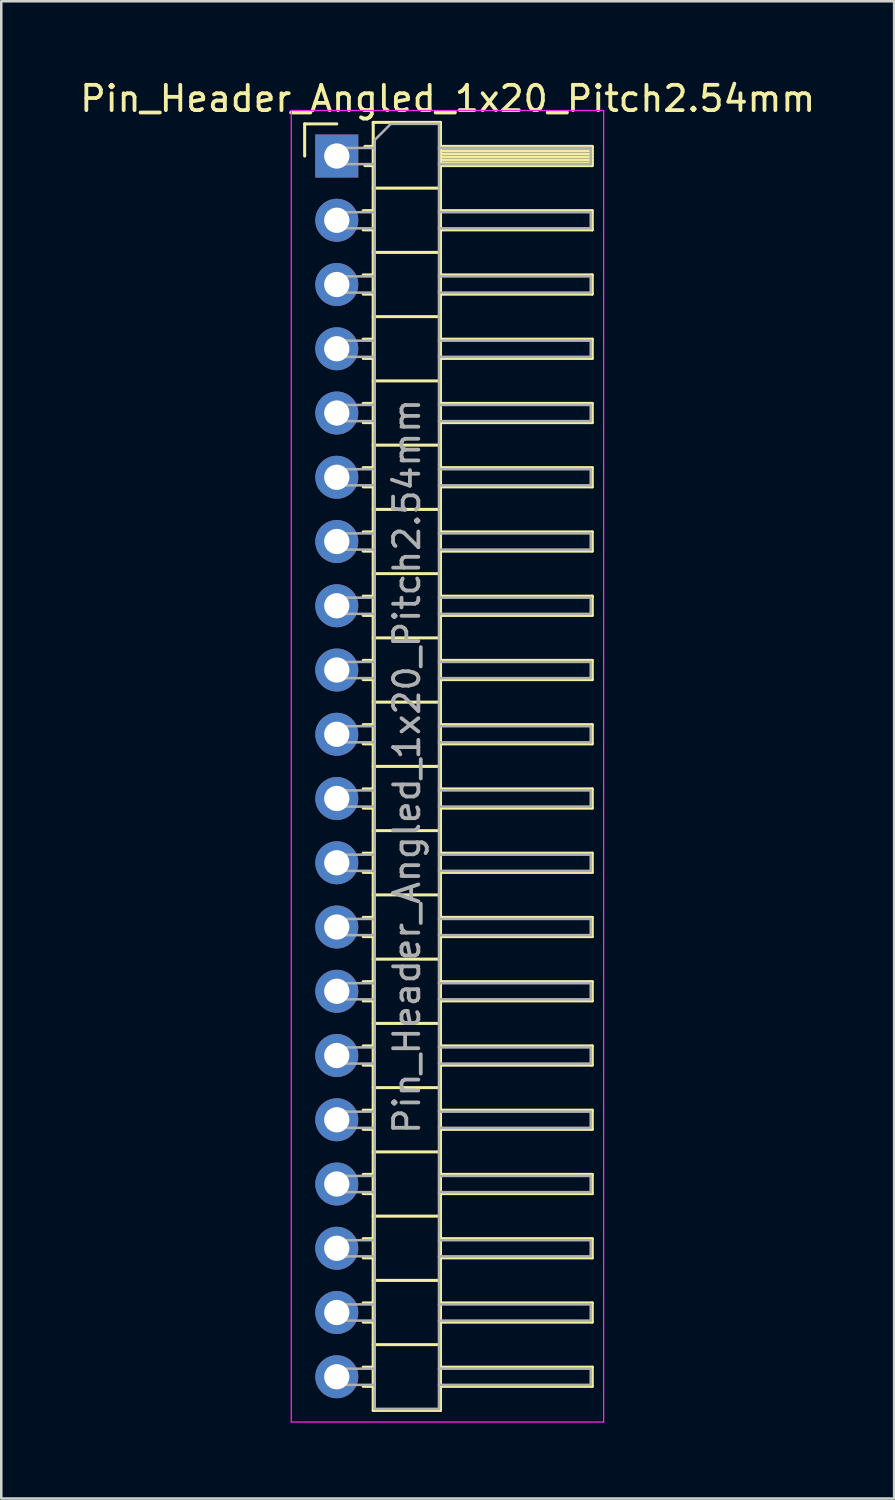
<source format=kicad_pcb>
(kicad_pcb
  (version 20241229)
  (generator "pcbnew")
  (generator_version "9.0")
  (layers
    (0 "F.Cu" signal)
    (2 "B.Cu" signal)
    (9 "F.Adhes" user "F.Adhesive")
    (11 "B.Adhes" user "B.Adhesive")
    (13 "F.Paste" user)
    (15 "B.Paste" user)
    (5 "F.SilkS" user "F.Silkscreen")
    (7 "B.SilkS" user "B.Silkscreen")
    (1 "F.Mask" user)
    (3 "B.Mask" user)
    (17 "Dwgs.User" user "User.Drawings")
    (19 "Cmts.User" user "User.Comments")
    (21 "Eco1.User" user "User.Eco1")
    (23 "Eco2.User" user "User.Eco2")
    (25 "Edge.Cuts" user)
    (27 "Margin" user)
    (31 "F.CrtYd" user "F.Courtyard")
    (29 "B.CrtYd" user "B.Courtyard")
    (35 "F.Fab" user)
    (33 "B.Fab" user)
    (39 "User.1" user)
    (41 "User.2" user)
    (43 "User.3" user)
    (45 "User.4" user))
  (footprint "Pin_Header_Angled_1x20_Pitch2.54mm"
    (layer "F.Cu")
    (at 10.264 3.118)
    (property "Reference" "Pin_Header_Angled_1x20_Pitch2.54mm" (at 4.385 -2.27 0) (layer "F.SilkS") (effects (font (size 1 1) (thickness 0.15))))
    (attr through_hole)
    (fp_line (start -1.27 -1.27) (end 0 -1.27) (stroke (width 0.12) (type solid)) (layer "F.SilkS"))
    (fp_line (start -1.27 0) (end -1.27 -1.27) (stroke (width 0.12) (type solid)) (layer "F.SilkS"))
    (fp_line (start 1.043 2.16) (end 1.44 2.16) (stroke (width 0.12) (type solid)) (layer "F.SilkS"))
    (fp_line (start 1.043 2.92) (end 1.44 2.92) (stroke (width 0.12) (type solid)) (layer "F.SilkS"))
    (fp_line (start 1.043 4.7) (end 1.44 4.7) (stroke (width 0.12) (type solid)) (layer "F.SilkS"))
    (fp_line (start 1.043 5.46) (end 1.44 5.46) (stroke (width 0.12) (type solid)) (layer "F.SilkS"))
    (fp_line (start 1.043 7.24) (end 1.44 7.24) (stroke (width 0.12) (type solid)) (layer "F.SilkS"))
    (fp_line (start 1.043 8) (end 1.44 8) (stroke (width 0.12) (type solid)) (layer "F.SilkS"))
    (fp_line (start 1.043 9.78) (end 1.44 9.78) (stroke (width 0.12) (type solid)) (layer "F.SilkS"))
    (fp_line (start 1.043 10.54) (end 1.44 10.54) (stroke (width 0.12) (type solid)) (layer "F.SilkS"))
    (fp_line (start 1.043 12.32) (end 1.44 12.32) (stroke (width 0.12) (type solid)) (layer "F.SilkS"))
    (fp_line (start 1.043 13.08) (end 1.44 13.08) (stroke (width 0.12) (type solid)) (layer "F.SilkS"))
    (fp_line (start 1.043 14.86) (end 1.44 14.86) (stroke (width 0.12) (type solid)) (layer "F.SilkS"))
    (fp_line (start 1.043 15.62) (end 1.44 15.62) (stroke (width 0.12) (type solid)) (layer "F.SilkS"))
    (fp_line (start 1.043 17.4) (end 1.44 17.4) (stroke (width 0.12) (type solid)) (layer "F.SilkS"))
    (fp_line (start 1.043 18.16) (end 1.44 18.16) (stroke (width 0.12) (type solid)) (layer "F.SilkS"))
    (fp_line (start 1.043 19.94) (end 1.44 19.94) (stroke (width 0.12) (type solid)) (layer "F.SilkS"))
    (fp_line (start 1.043 20.7) (end 1.44 20.7) (stroke (width 0.12) (type solid)) (layer "F.SilkS"))
    (fp_line (start 1.043 22.48) (end 1.44 22.48) (stroke (width 0.12) (type solid)) (layer "F.SilkS"))
    (fp_line (start 1.043 23.24) (end 1.44 23.24) (stroke (width 0.12) (type solid)) (layer "F.SilkS"))
    (fp_line (start 1.043 25.02) (end 1.44 25.02) (stroke (width 0.12) (type solid)) (layer "F.SilkS"))
    (fp_line (start 1.043 25.78) (end 1.44 25.78) (stroke (width 0.12) (type solid)) (layer "F.SilkS"))
    (fp_line (start 1.043 27.56) (end 1.44 27.56) (stroke (width 0.12) (type solid)) (layer "F.SilkS"))
    (fp_line (start 1.043 28.32) (end 1.44 28.32) (stroke (width 0.12) (type solid)) (layer "F.SilkS"))
    (fp_line (start 1.043 30.1) (end 1.44 30.1) (stroke (width 0.12) (type solid)) (layer "F.SilkS"))
    (fp_line (start 1.043 30.86) (end 1.44 30.86) (stroke (width 0.12) (type solid)) (layer "F.SilkS"))
    (fp_line (start 1.043 32.64) (end 1.44 32.64) (stroke (width 0.12) (type solid)) (layer "F.SilkS"))
    (fp_line (start 1.043 33.4) (end 1.44 33.4) (stroke (width 0.12) (type solid)) (layer "F.SilkS"))
    (fp_line (start 1.043 35.18) (end 1.44 35.18) (stroke (width 0.12) (type solid)) (layer "F.SilkS"))
    (fp_line (start 1.043 35.94) (end 1.44 35.94) (stroke (width 0.12) (type solid)) (layer "F.SilkS"))
    (fp_line (start 1.043 37.72) (end 1.44 37.72) (stroke (width 0.12) (type solid)) (layer "F.SilkS"))
    (fp_line (start 1.043 38.48) (end 1.44 38.48) (stroke (width 0.12) (type solid)) (layer "F.SilkS"))
    (fp_line (start 1.043 40.26) (end 1.44 40.26) (stroke (width 0.12) (type solid)) (layer "F.SilkS"))
    (fp_line (start 1.043 41.02) (end 1.44 41.02) (stroke (width 0.12) (type solid)) (layer "F.SilkS"))
    (fp_line (start 1.043 42.8) (end 1.44 42.8) (stroke (width 0.12) (type solid)) (layer "F.SilkS"))
    (fp_line (start 1.043 43.56) (end 1.44 43.56) (stroke (width 0.12) (type solid)) (layer "F.SilkS"))
    (fp_line (start 1.043 45.34) (end 1.44 45.34) (stroke (width 0.12) (type solid)) (layer "F.SilkS"))
    (fp_line (start 1.043 46.1) (end 1.44 46.1) (stroke (width 0.12) (type solid)) (layer "F.SilkS"))
    (fp_line (start 1.043 47.88) (end 1.44 47.88) (stroke (width 0.12) (type solid)) (layer "F.SilkS"))
    (fp_line (start 1.043 48.64) (end 1.44 48.64) (stroke (width 0.12) (type solid)) (layer "F.SilkS"))
    (fp_line (start 1.11 -0.38) (end 1.44 -0.38) (stroke (width 0.12) (type solid)) (layer "F.SilkS"))
    (fp_line (start 1.11 0.38) (end 1.44 0.38) (stroke (width 0.12) (type solid)) (layer "F.SilkS"))
    (fp_line (start 1.44 -1.33) (end 1.44 49.59) (stroke (width 0.12) (type solid)) (layer "F.SilkS"))
    (fp_line (start 1.44 1.27) (end 4.1 1.27) (stroke (width 0.12) (type solid)) (layer "F.SilkS"))
    (fp_line (start 1.44 3.81) (end 4.1 3.81) (stroke (width 0.12) (type solid)) (layer "F.SilkS"))
    (fp_line (start 1.44 6.35) (end 4.1 6.35) (stroke (width 0.12) (type solid)) (layer "F.SilkS"))
    (fp_line (start 1.44 8.89) (end 4.1 8.89) (stroke (width 0.12) (type solid)) (layer "F.SilkS"))
    (fp_line (start 1.44 11.43) (end 4.1 11.43) (stroke (width 0.12) (type solid)) (layer "F.SilkS"))
    (fp_line (start 1.44 13.97) (end 4.1 13.97) (stroke (width 0.12) (type solid)) (layer "F.SilkS"))
    (fp_line (start 1.44 16.51) (end 4.1 16.51) (stroke (width 0.12) (type solid)) (layer "F.SilkS"))
    (fp_line (start 1.44 19.05) (end 4.1 19.05) (stroke (width 0.12) (type solid)) (layer "F.SilkS"))
    (fp_line (start 1.44 21.59) (end 4.1 21.59) (stroke (width 0.12) (type solid)) (layer "F.SilkS"))
    (fp_line (start 1.44 24.13) (end 4.1 24.13) (stroke (width 0.12) (type solid)) (layer "F.SilkS"))
    (fp_line (start 1.44 26.67) (end 4.1 26.67) (stroke (width 0.12) (type solid)) (layer "F.SilkS"))
    (fp_line (start 1.44 29.21) (end 4.1 29.21) (stroke (width 0.12) (type solid)) (layer "F.SilkS"))
    (fp_line (start 1.44 31.75) (end 4.1 31.75) (stroke (width 0.12) (type solid)) (layer "F.SilkS"))
    (fp_line (start 1.44 34.29) (end 4.1 34.29) (stroke (width 0.12) (type solid)) (layer "F.SilkS"))
    (fp_line (start 1.44 36.83) (end 4.1 36.83) (stroke (width 0.12) (type solid)) (layer "F.SilkS"))
    (fp_line (start 1.44 39.37) (end 4.1 39.37) (stroke (width 0.12) (type solid)) (layer "F.SilkS"))
    (fp_line (start 1.44 41.91) (end 4.1 41.91) (stroke (width 0.12) (type solid)) (layer "F.SilkS"))
    (fp_line (start 1.44 44.45) (end 4.1 44.45) (stroke (width 0.12) (type solid)) (layer "F.SilkS"))
    (fp_line (start 1.44 46.99) (end 4.1 46.99) (stroke (width 0.12) (type solid)) (layer "F.SilkS"))
    (fp_line (start 1.44 49.59) (end 4.1 49.59) (stroke (width 0.12) (type solid)) (layer "F.SilkS"))
    (fp_line (start 4.1 -1.33) (end 1.44 -1.33) (stroke (width 0.12) (type solid)) (layer "F.SilkS"))
    (fp_line (start 4.1 -0.38) (end 10.1 -0.38) (stroke (width 0.12) (type solid)) (layer "F.SilkS"))
    (fp_line (start 4.1 -0.32) (end 10.1 -0.32) (stroke (width 0.12) (type solid)) (layer "F.SilkS"))
    (fp_line (start 4.1 -0.2) (end 10.1 -0.2) (stroke (width 0.12) (type solid)) (layer "F.SilkS"))
    (fp_line (start 4.1 -0.08) (end 10.1 -0.08) (stroke (width 0.12) (type solid)) (layer "F.SilkS"))
    (fp_line (start 4.1 0.04) (end 10.1 0.04) (stroke (width 0.12) (type solid)) (layer "F.SilkS"))
    (fp_line (start 4.1 0.16) (end 10.1 0.16) (stroke (width 0.12) (type solid)) (layer "F.SilkS"))
    (fp_line (start 4.1 0.28) (end 10.1 0.28) (stroke (width 0.12) (type solid)) (layer "F.SilkS"))
    (fp_line (start 4.1 2.16) (end 10.1 2.16) (stroke (width 0.12) (type solid)) (layer "F.SilkS"))
    (fp_line (start 4.1 4.7) (end 10.1 4.7) (stroke (width 0.12) (type solid)) (layer "F.SilkS"))
    (fp_line (start 4.1 7.24) (end 10.1 7.24) (stroke (width 0.12) (type solid)) (layer "F.SilkS"))
    (fp_line (start 4.1 9.78) (end 10.1 9.78) (stroke (width 0.12) (type solid)) (layer "F.SilkS"))
    (fp_line (start 4.1 12.32) (end 10.1 12.32) (stroke (width 0.12) (type solid)) (layer "F.SilkS"))
    (fp_line (start 4.1 14.86) (end 10.1 14.86) (stroke (width 0.12) (type solid)) (layer "F.SilkS"))
    (fp_line (start 4.1 17.4) (end 10.1 17.4) (stroke (width 0.12) (type solid)) (layer "F.SilkS"))
    (fp_line (start 4.1 19.94) (end 10.1 19.94) (stroke (width 0.12) (type solid)) (layer "F.SilkS"))
    (fp_line (start 4.1 22.48) (end 10.1 22.48) (stroke (width 0.12) (type solid)) (layer "F.SilkS"))
    (fp_line (start 4.1 25.02) (end 10.1 25.02) (stroke (width 0.12) (type solid)) (layer "F.SilkS"))
    (fp_line (start 4.1 27.56) (end 10.1 27.56) (stroke (width 0.12) (type solid)) (layer "F.SilkS"))
    (fp_line (start 4.1 30.1) (end 10.1 30.1) (stroke (width 0.12) (type solid)) (layer "F.SilkS"))
    (fp_line (start 4.1 32.64) (end 10.1 32.64) (stroke (width 0.12) (type solid)) (layer "F.SilkS"))
    (fp_line (start 4.1 35.18) (end 10.1 35.18) (stroke (width 0.12) (type solid)) (layer "F.SilkS"))
    (fp_line (start 4.1 37.72) (end 10.1 37.72) (stroke (width 0.12) (type solid)) (layer "F.SilkS"))
    (fp_line (start 4.1 40.26) (end 10.1 40.26) (stroke (width 0.12) (type solid)) (layer "F.SilkS"))
    (fp_line (start 4.1 42.8) (end 10.1 42.8) (stroke (width 0.12) (type solid)) (layer "F.SilkS"))
    (fp_line (start 4.1 45.34) (end 10.1 45.34) (stroke (width 0.12) (type solid)) (layer "F.SilkS"))
    (fp_line (start 4.1 47.88) (end 10.1 47.88) (stroke (width 0.12) (type solid)) (layer "F.SilkS"))
    (fp_line (start 4.1 49.59) (end 4.1 -1.33) (stroke (width 0.12) (type solid)) (layer "F.SilkS"))
    (fp_line (start 10.1 -0.38) (end 10.1 0.38) (stroke (width 0.12) (type solid)) (layer "F.SilkS"))
    (fp_line (start 10.1 0.38) (end 4.1 0.38) (stroke (width 0.12) (type solid)) (layer "F.SilkS"))
    (fp_line (start 10.1 2.16) (end 10.1 2.92) (stroke (width 0.12) (type solid)) (layer "F.SilkS"))
    (fp_line (start 10.1 2.92) (end 4.1 2.92) (stroke (width 0.12) (type solid)) (layer "F.SilkS"))
    (fp_line (start 10.1 4.7) (end 10.1 5.46) (stroke (width 0.12) (type solid)) (layer "F.SilkS"))
    (fp_line (start 10.1 5.46) (end 4.1 5.46) (stroke (width 0.12) (type solid)) (layer "F.SilkS"))
    (fp_line (start 10.1 7.24) (end 10.1 8) (stroke (width 0.12) (type solid)) (layer "F.SilkS"))
    (fp_line (start 10.1 8) (end 4.1 8) (stroke (width 0.12) (type solid)) (layer "F.SilkS"))
    (fp_line (start 10.1 9.78) (end 10.1 10.54) (stroke (width 0.12) (type solid)) (layer "F.SilkS"))
    (fp_line (start 10.1 10.54) (end 4.1 10.54) (stroke (width 0.12) (type solid)) (layer "F.SilkS"))
    (fp_line (start 10.1 12.32) (end 10.1 13.08) (stroke (width 0.12) (type solid)) (layer "F.SilkS"))
    (fp_line (start 10.1 13.08) (end 4.1 13.08) (stroke (width 0.12) (type solid)) (layer "F.SilkS"))
    (fp_line (start 10.1 14.86) (end 10.1 15.62) (stroke (width 0.12) (type solid)) (layer "F.SilkS"))
    (fp_line (start 10.1 15.62) (end 4.1 15.62) (stroke (width 0.12) (type solid)) (layer "F.SilkS"))
    (fp_line (start 10.1 17.4) (end 10.1 18.16) (stroke (width 0.12) (type solid)) (layer "F.SilkS"))
    (fp_line (start 10.1 18.16) (end 4.1 18.16) (stroke (width 0.12) (type solid)) (layer "F.SilkS"))
    (fp_line (start 10.1 19.94) (end 10.1 20.7) (stroke (width 0.12) (type solid)) (layer "F.SilkS"))
    (fp_line (start 10.1 20.7) (end 4.1 20.7) (stroke (width 0.12) (type solid)) (layer "F.SilkS"))
    (fp_line (start 10.1 22.48) (end 10.1 23.24) (stroke (width 0.12) (type solid)) (layer "F.SilkS"))
    (fp_line (start 10.1 23.24) (end 4.1 23.24) (stroke (width 0.12) (type solid)) (layer "F.SilkS"))
    (fp_line (start 10.1 25.02) (end 10.1 25.78) (stroke (width 0.12) (type solid)) (layer "F.SilkS"))
    (fp_line (start 10.1 25.78) (end 4.1 25.78) (stroke (width 0.12) (type solid)) (layer "F.SilkS"))
    (fp_line (start 10.1 27.56) (end 10.1 28.32) (stroke (width 0.12) (type solid)) (layer "F.SilkS"))
    (fp_line (start 10.1 28.32) (end 4.1 28.32) (stroke (width 0.12) (type solid)) (layer "F.SilkS"))
    (fp_line (start 10.1 30.1) (end 10.1 30.86) (stroke (width 0.12) (type solid)) (layer "F.SilkS"))
    (fp_line (start 10.1 30.86) (end 4.1 30.86) (stroke (width 0.12) (type solid)) (layer "F.SilkS"))
    (fp_line (start 10.1 32.64) (end 10.1 33.4) (stroke (width 0.12) (type solid)) (layer "F.SilkS"))
    (fp_line (start 10.1 33.4) (end 4.1 33.4) (stroke (width 0.12) (type solid)) (layer "F.SilkS"))
    (fp_line (start 10.1 35.18) (end 10.1 35.94) (stroke (width 0.12) (type solid)) (layer "F.SilkS"))
    (fp_line (start 10.1 35.94) (end 4.1 35.94) (stroke (width 0.12) (type solid)) (layer "F.SilkS"))
    (fp_line (start 10.1 37.72) (end 10.1 38.48) (stroke (width 0.12) (type solid)) (layer "F.SilkS"))
    (fp_line (start 10.1 38.48) (end 4.1 38.48) (stroke (width 0.12) (type solid)) (layer "F.SilkS"))
    (fp_line (start 10.1 40.26) (end 10.1 41.02) (stroke (width 0.12) (type solid)) (layer "F.SilkS"))
    (fp_line (start 10.1 41.02) (end 4.1 41.02) (stroke (width 0.12) (type solid)) (layer "F.SilkS"))
    (fp_line (start 10.1 42.8) (end 10.1 43.56) (stroke (width 0.12) (type solid)) (layer "F.SilkS"))
    (fp_line (start 10.1 43.56) (end 4.1 43.56) (stroke (width 0.12) (type solid)) (layer "F.SilkS"))
    (fp_line (start 10.1 45.34) (end 10.1 46.1) (stroke (width 0.12) (type solid)) (layer "F.SilkS"))
    (fp_line (start 10.1 46.1) (end 4.1 46.1) (stroke (width 0.12) (type solid)) (layer "F.SilkS"))
    (fp_line (start 10.1 47.88) (end 10.1 48.64) (stroke (width 0.12) (type solid)) (layer "F.SilkS"))
    (fp_line (start 10.1 48.64) (end 4.1 48.64) (stroke (width 0.12) (type solid)) (layer "F.SilkS"))
    (fp_line (start -1.8 -1.8) (end -1.8 50.05) (stroke (width 0.05) (type solid)) (layer "F.CrtYd"))
    (fp_line (start -1.8 50.05) (end 10.55 50.05) (stroke (width 0.05) (type solid)) (layer "F.CrtYd"))
    (fp_line (start 10.55 -1.8) (end -1.8 -1.8) (stroke (width 0.05) (type solid)) (layer "F.CrtYd"))
    (fp_line (start 10.55 50.05) (end 10.55 -1.8) (stroke (width 0.05) (type solid)) (layer "F.CrtYd"))
    (fp_line (start -0.32 -0.32) (end -0.32 0.32) (stroke (width 0.1) (type solid)) (layer "F.Fab"))
    (fp_line (start -0.32 -0.32) (end 1.5 -0.32) (stroke (width 0.1) (type solid)) (layer "F.Fab"))
    (fp_line (start -0.32 0.32) (end 1.5 0.32) (stroke (width 0.1) (type solid)) (layer "F.Fab"))
    (fp_line (start -0.32 2.22) (end -0.32 2.86) (stroke (width 0.1) (type solid)) (layer "F.Fab"))
    (fp_line (start -0.32 2.22) (end 1.5 2.22) (stroke (width 0.1) (type solid)) (layer "F.Fab"))
    (fp_line (start -0.32 2.86) (end 1.5 2.86) (stroke (width 0.1) (type solid)) (layer "F.Fab"))
    (fp_line (start -0.32 4.76) (end -0.32 5.4) (stroke (width 0.1) (type solid)) (layer "F.Fab"))
    (fp_line (start -0.32 4.76) (end 1.5 4.76) (stroke (width 0.1) (type solid)) (layer "F.Fab"))
    (fp_line (start -0.32 5.4) (end 1.5 5.4) (stroke (width 0.1) (type solid)) (layer "F.Fab"))
    (fp_line (start -0.32 7.3) (end -0.32 7.94) (stroke (width 0.1) (type solid)) (layer "F.Fab"))
    (fp_line (start -0.32 7.3) (end 1.5 7.3) (stroke (width 0.1) (type solid)) (layer "F.Fab"))
    (fp_line (start -0.32 7.94) (end 1.5 7.94) (stroke (width 0.1) (type solid)) (layer "F.Fab"))
    (fp_line (start -0.32 9.84) (end -0.32 10.48) (stroke (width 0.1) (type solid)) (layer "F.Fab"))
    (fp_line (start -0.32 9.84) (end 1.5 9.84) (stroke (width 0.1) (type solid)) (layer "F.Fab"))
    (fp_line (start -0.32 10.48) (end 1.5 10.48) (stroke (width 0.1) (type solid)) (layer "F.Fab"))
    (fp_line (start -0.32 12.38) (end -0.32 13.02) (stroke (width 0.1) (type solid)) (layer "F.Fab"))
    (fp_line (start -0.32 12.38) (end 1.5 12.38) (stroke (width 0.1) (type solid)) (layer "F.Fab"))
    (fp_line (start -0.32 13.02) (end 1.5 13.02) (stroke (width 0.1) (type solid)) (layer "F.Fab"))
    (fp_line (start -0.32 14.92) (end -0.32 15.56) (stroke (width 0.1) (type solid)) (layer "F.Fab"))
    (fp_line (start -0.32 14.92) (end 1.5 14.92) (stroke (width 0.1) (type solid)) (layer "F.Fab"))
    (fp_line (start -0.32 15.56) (end 1.5 15.56) (stroke (width 0.1) (type solid)) (layer "F.Fab"))
    (fp_line (start -0.32 17.46) (end -0.32 18.1) (stroke (width 0.1) (type solid)) (layer "F.Fab"))
    (fp_line (start -0.32 17.46) (end 1.5 17.46) (stroke (width 0.1) (type solid)) (layer "F.Fab"))
    (fp_line (start -0.32 18.1) (end 1.5 18.1) (stroke (width 0.1) (type solid)) (layer "F.Fab"))
    (fp_line (start -0.32 20) (end -0.32 20.64) (stroke (width 0.1) (type solid)) (layer "F.Fab"))
    (fp_line (start -0.32 20) (end 1.5 20) (stroke (width 0.1) (type solid)) (layer "F.Fab"))
    (fp_line (start -0.32 20.64) (end 1.5 20.64) (stroke (width 0.1) (type solid)) (layer "F.Fab"))
    (fp_line (start -0.32 22.54) (end -0.32 23.18) (stroke (width 0.1) (type solid)) (layer "F.Fab"))
    (fp_line (start -0.32 22.54) (end 1.5 22.54) (stroke (width 0.1) (type solid)) (layer "F.Fab"))
    (fp_line (start -0.32 23.18) (end 1.5 23.18) (stroke (width 0.1) (type solid)) (layer "F.Fab"))
    (fp_line (start -0.32 25.08) (end -0.32 25.72) (stroke (width 0.1) (type solid)) (layer "F.Fab"))
    (fp_line (start -0.32 25.08) (end 1.5 25.08) (stroke (width 0.1) (type solid)) (layer "F.Fab"))
    (fp_line (start -0.32 25.72) (end 1.5 25.72) (stroke (width 0.1) (type solid)) (layer "F.Fab"))
    (fp_line (start -0.32 27.62) (end -0.32 28.26) (stroke (width 0.1) (type solid)) (layer "F.Fab"))
    (fp_line (start -0.32 27.62) (end 1.5 27.62) (stroke (width 0.1) (type solid)) (layer "F.Fab"))
    (fp_line (start -0.32 28.26) (end 1.5 28.26) (stroke (width 0.1) (type solid)) (layer "F.Fab"))
    (fp_line (start -0.32 30.16) (end -0.32 30.8) (stroke (width 0.1) (type solid)) (layer "F.Fab"))
    (fp_line (start -0.32 30.16) (end 1.5 30.16) (stroke (width 0.1) (type solid)) (layer "F.Fab"))
    (fp_line (start -0.32 30.8) (end 1.5 30.8) (stroke (width 0.1) (type solid)) (layer "F.Fab"))
    (fp_line (start -0.32 32.7) (end -0.32 33.34) (stroke (width 0.1) (type solid)) (layer "F.Fab"))
    (fp_line (start -0.32 32.7) (end 1.5 32.7) (stroke (width 0.1) (type solid)) (layer "F.Fab"))
    (fp_line (start -0.32 33.34) (end 1.5 33.34) (stroke (width 0.1) (type solid)) (layer "F.Fab"))
    (fp_line (start -0.32 35.24) (end -0.32 35.88) (stroke (width 0.1) (type solid)) (layer "F.Fab"))
    (fp_line (start -0.32 35.24) (end 1.5 35.24) (stroke (width 0.1) (type solid)) (layer "F.Fab"))
    (fp_line (start -0.32 35.88) (end 1.5 35.88) (stroke (width 0.1) (type solid)) (layer "F.Fab"))
    (fp_line (start -0.32 37.78) (end -0.32 38.42) (stroke (width 0.1) (type solid)) (layer "F.Fab"))
    (fp_line (start -0.32 37.78) (end 1.5 37.78) (stroke (width 0.1) (type solid)) (layer "F.Fab"))
    (fp_line (start -0.32 38.42) (end 1.5 38.42) (stroke (width 0.1) (type solid)) (layer "F.Fab"))
    (fp_line (start -0.32 40.32) (end -0.32 40.96) (stroke (width 0.1) (type solid)) (layer "F.Fab"))
    (fp_line (start -0.32 40.32) (end 1.5 40.32) (stroke (width 0.1) (type solid)) (layer "F.Fab"))
    (fp_line (start -0.32 40.96) (end 1.5 40.96) (stroke (width 0.1) (type solid)) (layer "F.Fab"))
    (fp_line (start -0.32 42.86) (end -0.32 43.5) (stroke (width 0.1) (type solid)) (layer "F.Fab"))
    (fp_line (start -0.32 42.86) (end 1.5 42.86) (stroke (width 0.1) (type solid)) (layer "F.Fab"))
    (fp_line (start -0.32 43.5) (end 1.5 43.5) (stroke (width 0.1) (type solid)) (layer "F.Fab"))
    (fp_line (start -0.32 45.4) (end -0.32 46.04) (stroke (width 0.1) (type solid)) (layer "F.Fab"))
    (fp_line (start -0.32 45.4) (end 1.5 45.4) (stroke (width 0.1) (type solid)) (layer "F.Fab"))
    (fp_line (start -0.32 46.04) (end 1.5 46.04) (stroke (width 0.1) (type solid)) (layer "F.Fab"))
    (fp_line (start -0.32 47.94) (end -0.32 48.58) (stroke (width 0.1) (type solid)) (layer "F.Fab"))
    (fp_line (start -0.32 47.94) (end 1.5 47.94) (stroke (width 0.1) (type solid)) (layer "F.Fab"))
    (fp_line (start -0.32 48.58) (end 1.5 48.58) (stroke (width 0.1) (type solid)) (layer "F.Fab"))
    (fp_line (start 1.5 -0.635) (end 2.135 -1.27) (stroke (width 0.1) (type solid)) (layer "F.Fab"))
    (fp_line (start 1.5 49.53) (end 1.5 -0.635) (stroke (width 0.1) (type solid)) (layer "F.Fab"))
    (fp_line (start 2.135 -1.27) (end 4.04 -1.27) (stroke (width 0.1) (type solid)) (layer "F.Fab"))
    (fp_line (start 4.04 -1.27) (end 4.04 49.53) (stroke (width 0.1) (type solid)) (layer "F.Fab"))
    (fp_line (start 4.04 -0.32) (end 10.04 -0.32) (stroke (width 0.1) (type solid)) (layer "F.Fab"))
    (fp_line (start 4.04 0.32) (end 10.04 0.32) (stroke (width 0.1) (type solid)) (layer "F.Fab"))
    (fp_line (start 4.04 2.22) (end 10.04 2.22) (stroke (width 0.1) (type solid)) (layer "F.Fab"))
    (fp_line (start 4.04 2.86) (end 10.04 2.86) (stroke (width 0.1) (type solid)) (layer "F.Fab"))
    (fp_line (start 4.04 4.76) (end 10.04 4.76) (stroke (width 0.1) (type solid)) (layer "F.Fab"))
    (fp_line (start 4.04 5.4) (end 10.04 5.4) (stroke (width 0.1) (type solid)) (layer "F.Fab"))
    (fp_line (start 4.04 7.3) (end 10.04 7.3) (stroke (width 0.1) (type solid)) (layer "F.Fab"))
    (fp_line (start 4.04 7.94) (end 10.04 7.94) (stroke (width 0.1) (type solid)) (layer "F.Fab"))
    (fp_line (start 4.04 9.84) (end 10.04 9.84) (stroke (width 0.1) (type solid)) (layer "F.Fab"))
    (fp_line (start 4.04 10.48) (end 10.04 10.48) (stroke (width 0.1) (type solid)) (layer "F.Fab"))
    (fp_line (start 4.04 12.38) (end 10.04 12.38) (stroke (width 0.1) (type solid)) (layer "F.Fab"))
    (fp_line (start 4.04 13.02) (end 10.04 13.02) (stroke (width 0.1) (type solid)) (layer "F.Fab"))
    (fp_line (start 4.04 14.92) (end 10.04 14.92) (stroke (width 0.1) (type solid)) (layer "F.Fab"))
    (fp_line (start 4.04 15.56) (end 10.04 15.56) (stroke (width 0.1) (type solid)) (layer "F.Fab"))
    (fp_line (start 4.04 17.46) (end 10.04 17.46) (stroke (width 0.1) (type solid)) (layer "F.Fab"))
    (fp_line (start 4.04 18.1) (end 10.04 18.1) (stroke (width 0.1) (type solid)) (layer "F.Fab"))
    (fp_line (start 4.04 20) (end 10.04 20) (stroke (width 0.1) (type solid)) (layer "F.Fab"))
    (fp_line (start 4.04 20.64) (end 10.04 20.64) (stroke (width 0.1) (type solid)) (layer "F.Fab"))
    (fp_line (start 4.04 22.54) (end 10.04 22.54) (stroke (width 0.1) (type solid)) (layer "F.Fab"))
    (fp_line (start 4.04 23.18) (end 10.04 23.18) (stroke (width 0.1) (type solid)) (layer "F.Fab"))
    (fp_line (start 4.04 25.08) (end 10.04 25.08) (stroke (width 0.1) (type solid)) (layer "F.Fab"))
    (fp_line (start 4.04 25.72) (end 10.04 25.72) (stroke (width 0.1) (type solid)) (layer "F.Fab"))
    (fp_line (start 4.04 27.62) (end 10.04 27.62) (stroke (width 0.1) (type solid)) (layer "F.Fab"))
    (fp_line (start 4.04 28.26) (end 10.04 28.26) (stroke (width 0.1) (type solid)) (layer "F.Fab"))
    (fp_line (start 4.04 30.16) (end 10.04 30.16) (stroke (width 0.1) (type solid)) (layer "F.Fab"))
    (fp_line (start 4.04 30.8) (end 10.04 30.8) (stroke (width 0.1) (type solid)) (layer "F.Fab"))
    (fp_line (start 4.04 32.7) (end 10.04 32.7) (stroke (width 0.1) (type solid)) (layer "F.Fab"))
    (fp_line (start 4.04 33.34) (end 10.04 33.34) (stroke (width 0.1) (type solid)) (layer "F.Fab"))
    (fp_line (start 4.04 35.24) (end 10.04 35.24) (stroke (width 0.1) (type solid)) (layer "F.Fab"))
    (fp_line (start 4.04 35.88) (end 10.04 35.88) (stroke (width 0.1) (type solid)) (layer "F.Fab"))
    (fp_line (start 4.04 37.78) (end 10.04 37.78) (stroke (width 0.1) (type solid)) (layer "F.Fab"))
    (fp_line (start 4.04 38.42) (end 10.04 38.42) (stroke (width 0.1) (type solid)) (layer "F.Fab"))
    (fp_line (start 4.04 40.32) (end 10.04 40.32) (stroke (width 0.1) (type solid)) (layer "F.Fab"))
    (fp_line (start 4.04 40.96) (end 10.04 40.96) (stroke (width 0.1) (type solid)) (layer "F.Fab"))
    (fp_line (start 4.04 42.86) (end 10.04 42.86) (stroke (width 0.1) (type solid)) (layer "F.Fab"))
    (fp_line (start 4.04 43.5) (end 10.04 43.5) (stroke (width 0.1) (type solid)) (layer "F.Fab"))
    (fp_line (start 4.04 45.4) (end 10.04 45.4) (stroke (width 0.1) (type solid)) (layer "F.Fab"))
    (fp_line (start 4.04 46.04) (end 10.04 46.04) (stroke (width 0.1) (type solid)) (layer "F.Fab"))
    (fp_line (start 4.04 47.94) (end 10.04 47.94) (stroke (width 0.1) (type solid)) (layer "F.Fab"))
    (fp_line (start 4.04 48.58) (end 10.04 48.58) (stroke (width 0.1) (type solid)) (layer "F.Fab"))
    (fp_line (start 4.04 49.53) (end 1.5 49.53) (stroke (width 0.1) (type solid)) (layer "F.Fab"))
    (fp_line (start 10.04 -0.32) (end 10.04 0.32) (stroke (width 0.1) (type solid)) (layer "F.Fab"))
    (fp_line (start 10.04 2.22) (end 10.04 2.86) (stroke (width 0.1) (type solid)) (layer "F.Fab"))
    (fp_line (start 10.04 4.76) (end 10.04 5.4) (stroke (width 0.1) (type solid)) (layer "F.Fab"))
    (fp_line (start 10.04 7.3) (end 10.04 7.94) (stroke (width 0.1) (type solid)) (layer "F.Fab"))
    (fp_line (start 10.04 9.84) (end 10.04 10.48) (stroke (width 0.1) (type solid)) (layer "F.Fab"))
    (fp_line (start 10.04 12.38) (end 10.04 13.02) (stroke (width 0.1) (type solid)) (layer "F.Fab"))
    (fp_line (start 10.04 14.92) (end 10.04 15.56) (stroke (width 0.1) (type solid)) (layer "F.Fab"))
    (fp_line (start 10.04 17.46) (end 10.04 18.1) (stroke (width 0.1) (type solid)) (layer "F.Fab"))
    (fp_line (start 10.04 20) (end 10.04 20.64) (stroke (width 0.1) (type solid)) (layer "F.Fab"))
    (fp_line (start 10.04 22.54) (end 10.04 23.18) (stroke (width 0.1) (type solid)) (layer "F.Fab"))
    (fp_line (start 10.04 25.08) (end 10.04 25.72) (stroke (width 0.1) (type solid)) (layer "F.Fab"))
    (fp_line (start 10.04 27.62) (end 10.04 28.26) (stroke (width 0.1) (type solid)) (layer "F.Fab"))
    (fp_line (start 10.04 30.16) (end 10.04 30.8) (stroke (width 0.1) (type solid)) (layer "F.Fab"))
    (fp_line (start 10.04 32.7) (end 10.04 33.34) (stroke (width 0.1) (type solid)) (layer "F.Fab"))
    (fp_line (start 10.04 35.24) (end 10.04 35.88) (stroke (width 0.1) (type solid)) (layer "F.Fab"))
    (fp_line (start 10.04 37.78) (end 10.04 38.42) (stroke (width 0.1) (type solid)) (layer "F.Fab"))
    (fp_line (start 10.04 40.32) (end 10.04 40.96) (stroke (width 0.1) (type solid)) (layer "F.Fab"))
    (fp_line (start 10.04 42.86) (end 10.04 43.5) (stroke (width 0.1) (type solid)) (layer "F.Fab"))
    (fp_line (start 10.04 45.4) (end 10.04 46.04) (stroke (width 0.1) (type solid)) (layer "F.Fab"))
    (fp_line (start 10.04 47.94) (end 10.04 48.58) (stroke (width 0.1) (type solid)) (layer "F.Fab"))
    (fp_text user "${REFERENCE}" (at 2.77 24.13 90) (layer "F.Fab") (effects (font (size 1 1) (thickness 0.15))))
    (pad "1" thru_hole rect (at 0 0) (size 1.7 1.7) (drill 1) (layers "*.Cu" "*.Mask"))
    (pad "2" thru_hole oval (at 0 2.54) (size 1.7 1.7) (drill 1) (layers "*.Cu" "*.Mask"))
    (pad "3" thru_hole oval (at 0 5.08) (size 1.7 1.7) (drill 1) (layers "*.Cu" "*.Mask"))
    (pad "4" thru_hole oval (at 0 7.62) (size 1.7 1.7) (drill 1) (layers "*.Cu" "*.Mask"))
    (pad "5" thru_hole oval (at 0 10.16) (size 1.7 1.7) (drill 1) (layers "*.Cu" "*.Mask"))
    (pad "6" thru_hole oval (at 0 12.7) (size 1.7 1.7) (drill 1) (layers "*.Cu" "*.Mask"))
    (pad "7" thru_hole oval (at 0 15.24) (size 1.7 1.7) (drill 1) (layers "*.Cu" "*.Mask"))
    (pad "8" thru_hole oval (at 0 17.78) (size 1.7 1.7) (drill 1) (layers "*.Cu" "*.Mask"))
    (pad "9" thru_hole oval (at 0 20.32) (size 1.7 1.7) (drill 1) (layers "*.Cu" "*.Mask"))
    (pad "10" thru_hole oval (at 0 22.86) (size 1.7 1.7) (drill 1) (layers "*.Cu" "*.Mask"))
    (pad "11" thru_hole oval (at 0 25.4) (size 1.7 1.7) (drill 1) (layers "*.Cu" "*.Mask"))
    (pad "12" thru_hole oval (at 0 27.94) (size 1.7 1.7) (drill 1) (layers "*.Cu" "*.Mask"))
    (pad "13" thru_hole oval (at 0 30.48) (size 1.7 1.7) (drill 1) (layers "*.Cu" "*.Mask"))
    (pad "14" thru_hole oval (at 0 33.02) (size 1.7 1.7) (drill 1) (layers "*.Cu" "*.Mask"))
    (pad "15" thru_hole oval (at 0 35.56) (size 1.7 1.7) (drill 1) (layers "*.Cu" "*.Mask"))
    (pad "16" thru_hole oval (at 0 38.1) (size 1.7 1.7) (drill 1) (layers "*.Cu" "*.Mask"))
    (pad "17" thru_hole oval (at 0 40.64) (size 1.7 1.7) (drill 1) (layers "*.Cu" "*.Mask"))
    (pad "18" thru_hole oval (at 0 43.18) (size 1.7 1.7) (drill 1) (layers "*.Cu" "*.Mask"))
    (pad "19" thru_hole oval (at 0 45.72) (size 1.7 1.7) (drill 1) (layers "*.Cu" "*.Mask"))
    (pad "20" thru_hole oval (at 0 48.26) (size 1.7 1.7) (drill 1) (layers "*.Cu" "*.Mask")))
  (gr_rect
    (start -3 -3)
    (end 32.298 56.193)
    (stroke (width 0.1) (type default))
    (fill no)
    (layer "Edge.Cuts")))
</source>
